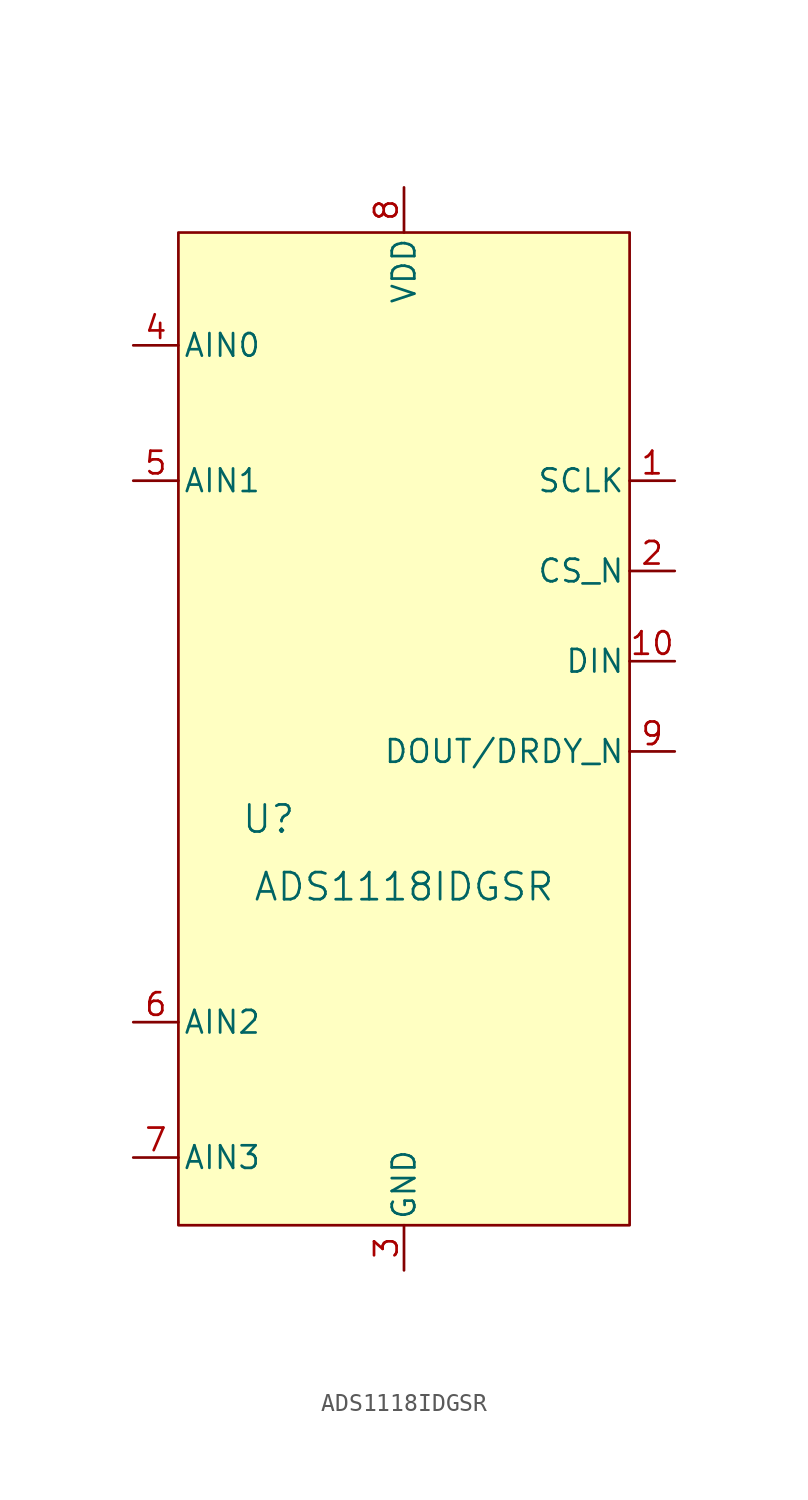
<source format=kicad_sym>
(kicad_symbol_lib
  (version 20231120)
  (generator "kicad_symbol_editor")
  (generator_version "8.0")
  (symbol "ADS1118IDGSR"
    (pin_names
      (offset 0.254))
    (property "Reference" "U"
      (at -12.7 -20.32 0)
      (effects (font (size 1.524 1.524))))
    (property "Value" "ADS1118IDGSR"
      (at -5.08 -24.13 0)
      (effects (font (size 1.524 1.524))))
    (property "ki_locked" ""
      (at 0 0 0)
      (effects (font (size 1.27 1.27))))
    (symbol "ADS1118IDGSR_1_1"
      (rectangle (start -17.78 12.7) (end 7.62 -43.18) (stroke (width 0) (type default)) (fill (type background)))
      (pin output line (at 10.16 -1.27 180) (length 2.54) (name "SCLK" (effects (font (size 1.27 1.27)))) (number "1" (effects (font (size 1.27 1.27)))))
      (pin input line (at 10.16 -11.43 180) (length 2.54) (name "DIN" (effects (font (size 1.27 1.27)))) (number "10" (effects (font (size 1.27 1.27)))))
      (pin output line (at 10.16 -6.35 180) (length 2.54) (name "CS_N" (effects (font (size 1.27 1.27)))) (number "2" (effects (font (size 1.27 1.27)))))
      (pin power_in line (at -5.08 -45.72 90) (length 2.54) (name "GND" (effects (font (size 1.27 1.27)))) (number "3" (effects (font (size 1.27 1.27)))))
      (pin input line (at -20.32 6.35 0) (length 2.54) (name "AIN0" (effects (font (size 1.27 1.27)))) (number "4" (effects (font (size 1.27 1.27)))))
      (pin input line (at -20.32 -1.27 0) (length 2.54) (name "AIN1" (effects (font (size 1.27 1.27)))) (number "5" (effects (font (size 1.27 1.27)))))
      (pin input line (at -20.32 -31.75 0) (length 2.54) (name "AIN2" (effects (font (size 1.27 1.27)))) (number "6" (effects (font (size 1.27 1.27)))))
      (pin input line (at -20.32 -39.37 0) (length 2.54) (name "AIN3" (effects (font (size 1.27 1.27)))) (number "7" (effects (font (size 1.27 1.27)))))
      (pin power_in line (at -5.08 15.24 270) (length 2.54) (name "VDD" (effects (font (size 1.27 1.27)))) (number "8" (effects (font (size 1.27 1.27)))))
      (pin output line (at 10.16 -16.51 180) (length 2.54) (name "DOUT/DRDY_N" (effects (font (size 1.27 1.27)))) (number "9" (effects (font (size 1.27 1.27))))))))
</source>
